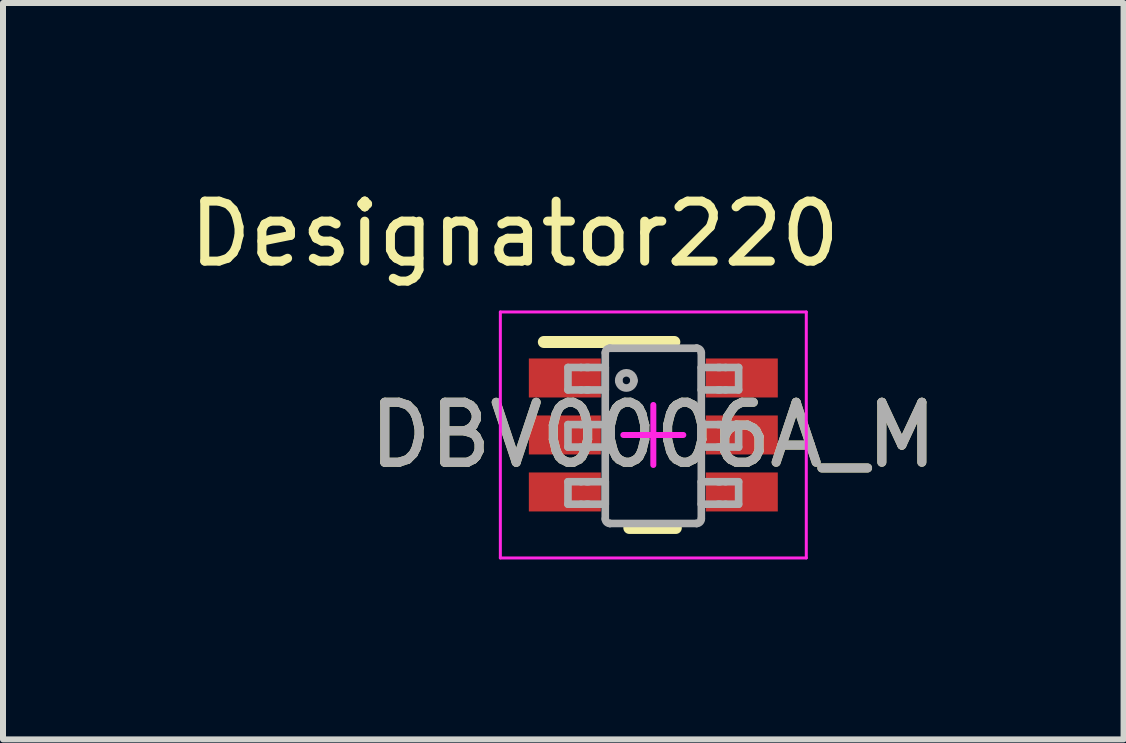
<source format=kicad_pcb>
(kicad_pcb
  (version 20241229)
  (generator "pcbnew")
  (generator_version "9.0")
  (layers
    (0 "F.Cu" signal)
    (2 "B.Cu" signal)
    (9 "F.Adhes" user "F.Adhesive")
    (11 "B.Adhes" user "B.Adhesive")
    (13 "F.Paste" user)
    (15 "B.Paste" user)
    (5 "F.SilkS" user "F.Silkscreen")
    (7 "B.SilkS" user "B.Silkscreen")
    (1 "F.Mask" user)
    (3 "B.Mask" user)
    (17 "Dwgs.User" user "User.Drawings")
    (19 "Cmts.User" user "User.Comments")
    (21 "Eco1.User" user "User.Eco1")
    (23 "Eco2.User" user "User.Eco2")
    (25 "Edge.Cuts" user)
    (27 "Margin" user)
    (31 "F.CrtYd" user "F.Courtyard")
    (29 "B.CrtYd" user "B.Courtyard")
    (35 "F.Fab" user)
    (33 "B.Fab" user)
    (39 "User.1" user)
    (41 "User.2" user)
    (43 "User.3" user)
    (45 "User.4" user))
  (footprint "DBV0006A_M"
    (layer "F.Cu")
    (at 7.841 4.201)
    (property "Reference" "DBV0006A_M" (at 0 0 0) (unlocked yes) (layer "F.SilkS") (effects (font (size 1 1) (thickness 0.15))))
    (attr smd)
    (fp_line (start -1.825 -1.55) (end 0.35 -1.55) (stroke (width 0.2) (type solid)) (layer "F.SilkS"))
    (fp_line (start -0.4 1.55) (end 0.375 1.55) (stroke (width 0.2) (type solid)) (layer "F.SilkS"))
    (fp_line (start -2.55 -2.05) (end 2.55 -2.05) (stroke (width 0.05) (type solid)) (layer "F.CrtYd"))
    (fp_line (start -2.55 2.05) (end -2.55 -2.05) (stroke (width 0.05) (type solid)) (layer "F.CrtYd"))
    (fp_line (start -2.55 2.05) (end 2.55 2.05) (stroke (width 0.05) (type solid)) (layer "F.CrtYd"))
    (fp_line (start -0.5 0) (end 0.5 0) (stroke (width 0.1) (type solid)) (layer "F.CrtYd"))
    (fp_line (start 0 0.5) (end 0 -0.5) (stroke (width 0.1) (type solid)) (layer "F.CrtYd"))
    (fp_line (start 2.55 2.05) (end 2.55 -2.05) (stroke (width 0.05) (type solid)) (layer "F.CrtYd"))
    (fp_line (start -1.423 -1.125) (end -1.206 -1.125) (stroke (width 0.127) (type solid)) (layer "F.Fab"))
    (fp_line (start -1.423 -0.751) (end -1.423 -1.125) (stroke (width 0.127) (type solid)) (layer "F.Fab"))
    (fp_line (start -1.423 -0.751) (end -1.206 -0.751) (stroke (width 0.127) (type solid)) (layer "F.Fab"))
    (fp_line (start -1.423 -0.173) (end -1.206 -0.173) (stroke (width 0.127) (type solid)) (layer "F.Fab"))
    (fp_line (start -1.423 0.202) (end -1.423 -0.173) (stroke (width 0.127) (type solid)) (layer "F.Fab"))
    (fp_line (start -1.423 0.202) (end -1.206 0.202) (stroke (width 0.127) (type solid)) (layer "F.Fab"))
    (fp_line (start -1.423 0.78) (end -1.206 0.78) (stroke (width 0.127) (type solid)) (layer "F.Fab"))
    (fp_line (start -1.423 1.154) (end -1.423 0.78) (stroke (width 0.127) (type solid)) (layer "F.Fab"))
    (fp_line (start -1.423 1.154) (end -1.206 1.154) (stroke (width 0.127) (type solid)) (layer "F.Fab"))
    (fp_line (start -1.206 -1.125) (end -1.113 -1.125) (stroke (width 0.127) (type solid)) (layer "F.Fab"))
    (fp_line (start -1.206 -0.751) (end -1.113 -0.751) (stroke (width 0.127) (type solid)) (layer "F.Fab"))
    (fp_line (start -1.206 -0.173) (end -1.113 -0.173) (stroke (width 0.127) (type solid)) (layer "F.Fab"))
    (fp_line (start -1.206 0.202) (end -1.113 0.202) (stroke (width 0.127) (type solid)) (layer "F.Fab"))
    (fp_line (start -1.206 0.78) (end -1.113 0.78) (stroke (width 0.127) (type solid)) (layer "F.Fab"))
    (fp_line (start -1.206 1.154) (end -1.113 1.154) (stroke (width 0.127) (type solid)) (layer "F.Fab"))
    (fp_line (start -1.113 -1.125) (end -1.081 -1.125) (stroke (width 0.127) (type solid)) (layer "F.Fab"))
    (fp_line (start -1.113 -0.751) (end -1.081 -0.751) (stroke (width 0.127) (type solid)) (layer "F.Fab"))
    (fp_line (start -1.113 -0.173) (end -1.081 -0.173) (stroke (width 0.127) (type solid)) (layer "F.Fab"))
    (fp_line (start -1.113 0.202) (end -1.081 0.202) (stroke (width 0.127) (type solid)) (layer "F.Fab"))
    (fp_line (start -1.113 0.78) (end -1.081 0.78) (stroke (width 0.127) (type solid)) (layer "F.Fab"))
    (fp_line (start -1.113 1.154) (end -1.081 1.154) (stroke (width 0.127) (type solid)) (layer "F.Fab"))
    (fp_line (start -1.081 -1.125) (end -0.828 -1.125) (stroke (width 0.127) (type solid)) (layer "F.Fab"))
    (fp_line (start -1.081 -0.751) (end -0.828 -0.751) (stroke (width 0.127) (type solid)) (layer "F.Fab"))
    (fp_line (start -1.081 -0.173) (end -0.828 -0.173) (stroke (width 0.127) (type solid)) (layer "F.Fab"))
    (fp_line (start -1.081 0.202) (end -0.828 0.202) (stroke (width 0.127) (type solid)) (layer "F.Fab"))
    (fp_line (start -1.081 0.78) (end -0.828 0.78) (stroke (width 0.127) (type solid)) (layer "F.Fab"))
    (fp_line (start -1.081 1.154) (end -0.828 1.154) (stroke (width 0.127) (type solid)) (layer "F.Fab"))
    (fp_line (start -0.828 -1.125) (end -0.801 -1.125) (stroke (width 0.127) (type solid)) (layer "F.Fab"))
    (fp_line (start -0.828 -0.751) (end -0.801 -0.751) (stroke (width 0.127) (type solid)) (layer "F.Fab"))
    (fp_line (start -0.828 -0.173) (end -0.801 -0.173) (stroke (width 0.127) (type solid)) (layer "F.Fab"))
    (fp_line (start -0.828 0.202) (end -0.801 0.202) (stroke (width 0.127) (type solid)) (layer "F.Fab"))
    (fp_line (start -0.828 0.78) (end -0.801 0.78) (stroke (width 0.127) (type solid)) (layer "F.Fab"))
    (fp_line (start -0.828 1.154) (end -0.801 1.154) (stroke (width 0.127) (type solid)) (layer "F.Fab"))
    (fp_line (start -0.801 -0.751) (end -0.801 -1.125) (stroke (width 0.127) (type solid)) (layer "F.Fab"))
    (fp_line (start -0.801 0.202) (end -0.801 -0.173) (stroke (width 0.127) (type solid)) (layer "F.Fab"))
    (fp_line (start -0.801 1.154) (end -0.801 0.78) (stroke (width 0.127) (type solid)) (layer "F.Fab"))
    (fp_line (start -0.801 1.399) (end -0.801 -1.37) (stroke (width 0.127) (type solid)) (layer "F.Fab"))
    (fp_line (start -0.725 -1.446) (end -0.724 -1.446) (stroke (width 0.127) (type solid)) (layer "F.Fab"))
    (fp_line (start -0.725 1.475) (end -0.724 1.475) (stroke (width 0.127) (type solid)) (layer "F.Fab"))
    (fp_line (start -0.724 -1.446) (end 0.723 -1.446) (stroke (width 0.127) (type solid)) (layer "F.Fab"))
    (fp_line (start -0.724 1.475) (end 0.723 1.475) (stroke (width 0.127) (type solid)) (layer "F.Fab"))
    (fp_line (start 0.723 -1.446) (end 0.724 -1.446) (stroke (width 0.127) (type solid)) (layer "F.Fab"))
    (fp_line (start 0.723 1.475) (end 0.724 1.475) (stroke (width 0.127) (type solid)) (layer "F.Fab"))
    (fp_line (start 0.8 -1.125) (end 0.827 -1.125) (stroke (width 0.127) (type solid)) (layer "F.Fab"))
    (fp_line (start 0.8 -0.751) (end 0.8 -1.125) (stroke (width 0.127) (type solid)) (layer "F.Fab"))
    (fp_line (start 0.8 -0.751) (end 0.827 -0.751) (stroke (width 0.127) (type solid)) (layer "F.Fab"))
    (fp_line (start 0.8 -0.173) (end 0.827 -0.173) (stroke (width 0.127) (type solid)) (layer "F.Fab"))
    (fp_line (start 0.8 0.202) (end 0.8 -0.173) (stroke (width 0.127) (type solid)) (layer "F.Fab"))
    (fp_line (start 0.8 0.202) (end 0.827 0.202) (stroke (width 0.127) (type solid)) (layer "F.Fab"))
    (fp_line (start 0.8 0.78) (end 0.827 0.78) (stroke (width 0.127) (type solid)) (layer "F.Fab"))
    (fp_line (start 0.8 1.154) (end 0.8 0.78) (stroke (width 0.127) (type solid)) (layer "F.Fab"))
    (fp_line (start 0.8 1.154) (end 0.827 1.154) (stroke (width 0.127) (type solid)) (layer "F.Fab"))
    (fp_line (start 0.8 1.399) (end 0.8 -1.37) (stroke (width 0.127) (type solid)) (layer "F.Fab"))
    (fp_line (start 0.827 -1.125) (end 1.08 -1.125) (stroke (width 0.127) (type solid)) (layer "F.Fab"))
    (fp_line (start 0.827 -0.751) (end 1.08 -0.751) (stroke (width 0.127) (type solid)) (layer "F.Fab"))
    (fp_line (start 0.827 -0.173) (end 1.08 -0.173) (stroke (width 0.127) (type solid)) (layer "F.Fab"))
    (fp_line (start 0.827 0.202) (end 1.08 0.202) (stroke (width 0.127) (type solid)) (layer "F.Fab"))
    (fp_line (start 0.827 0.78) (end 1.08 0.78) (stroke (width 0.127) (type solid)) (layer "F.Fab"))
    (fp_line (start 0.827 1.154) (end 1.08 1.154) (stroke (width 0.127) (type solid)) (layer "F.Fab"))
    (fp_line (start 1.08 -1.125) (end 1.112 -1.125) (stroke (width 0.127) (type solid)) (layer "F.Fab"))
    (fp_line (start 1.08 -0.751) (end 1.112 -0.751) (stroke (width 0.127) (type solid)) (layer "F.Fab"))
    (fp_line (start 1.08 -0.173) (end 1.112 -0.173) (stroke (width 0.127) (type solid)) (layer "F.Fab"))
    (fp_line (start 1.08 0.202) (end 1.112 0.202) (stroke (width 0.127) (type solid)) (layer "F.Fab"))
    (fp_line (start 1.08 0.78) (end 1.112 0.78) (stroke (width 0.127) (type solid)) (layer "F.Fab"))
    (fp_line (start 1.08 1.154) (end 1.112 1.154) (stroke (width 0.127) (type solid)) (layer "F.Fab"))
    (fp_line (start 1.112 -1.125) (end 1.205 -1.125) (stroke (width 0.127) (type solid)) (layer "F.Fab"))
    (fp_line (start 1.112 -0.751) (end 1.205 -0.751) (stroke (width 0.127) (type solid)) (layer "F.Fab"))
    (fp_line (start 1.112 -0.173) (end 1.205 -0.173) (stroke (width 0.127) (type solid)) (layer "F.Fab"))
    (fp_line (start 1.112 0.202) (end 1.205 0.202) (stroke (width 0.127) (type solid)) (layer "F.Fab"))
    (fp_line (start 1.112 0.78) (end 1.205 0.78) (stroke (width 0.127) (type solid)) (layer "F.Fab"))
    (fp_line (start 1.112 1.154) (end 1.205 1.154) (stroke (width 0.127) (type solid)) (layer "F.Fab"))
    (fp_line (start 1.205 -1.125) (end 1.422 -1.125) (stroke (width 0.127) (type solid)) (layer "F.Fab"))
    (fp_line (start 1.205 -0.751) (end 1.422 -0.751) (stroke (width 0.127) (type solid)) (layer "F.Fab"))
    (fp_line (start 1.205 -0.173) (end 1.422 -0.173) (stroke (width 0.127) (type solid)) (layer "F.Fab"))
    (fp_line (start 1.205 0.202) (end 1.422 0.202) (stroke (width 0.127) (type solid)) (layer "F.Fab"))
    (fp_line (start 1.205 0.78) (end 1.422 0.78) (stroke (width 0.127) (type solid)) (layer "F.Fab"))
    (fp_line (start 1.205 1.154) (end 1.422 1.154) (stroke (width 0.127) (type solid)) (layer "F.Fab"))
    (fp_line (start 1.422 -0.751) (end 1.422 -1.125) (stroke (width 0.127) (type solid)) (layer "F.Fab"))
    (fp_line (start 1.422 0.202) (end 1.422 -0.173) (stroke (width 0.127) (type solid)) (layer "F.Fab"))
    (fp_line (start 1.422 1.154) (end 1.422 0.78) (stroke (width 0.127) (type solid)) (layer "F.Fab"))
    (fp_arc (start -0.800692 -1.369901) (mid -0.778512 -1.423533) (end -0.724999 -1.446) (stroke (width 0.127) (type solid)) (layer "F.Fab"))
    (fp_arc (start -0.724999 1.475002) (mid -0.778507 1.452548) (end -0.800692 1.398928) (stroke (width 0.127) (type solid)) (layer "F.Fab"))
    (fp_arc (start -0.576537 -0.906071) (mid -0.449562 -1.033046) (end -0.322588 -0.906071) (stroke (width 0.127) (type solid)) (layer "F.Fab"))
    (fp_arc (start -0.322588 -0.906071) (mid -0.449562 -0.779097) (end -0.576537 -0.906071) (stroke (width 0.127) (type solid)) (layer "F.Fab"))
    (fp_arc (start 0.723841 -1.446) (mid 0.777341 -1.423528) (end 0.799508 -1.369901) (stroke (width 0.127) (type solid)) (layer "F.Fab"))
    (fp_arc (start 0.799508 1.398928) (mid 0.777336 1.452543) (end 0.723841 1.475002) (stroke (width 0.127) (type solid)) (layer "F.Fab"))
    (fp_text user "Designator220" (at -2.311 -3.353 0) (unlocked yes) (layer "F.SilkS") (effects (font (size 1 1) (thickness 0.15))))
    (fp_text user "${REFERENCE}" (at 0 0 0) (unlocked yes) (layer "F.Fab") (effects (font (size 1 1) (thickness 0.15))))
    (pad "1" smd rect (at -1.475 -0.95 90) (size 0.65 1.2) (layers "F.Cu" "F.Mask" "F.Paste"))
    (pad "2" smd rect (at -1.475 0 90) (size 0.65 1.2) (layers "F.Cu" "F.Mask" "F.Paste"))
    (pad "3" smd rect (at -1.475 0.95 90) (size 0.65 1.2) (layers "F.Cu" "F.Mask" "F.Paste"))
    (pad "4" smd rect (at 1.475 0.95 90) (size 0.65 1.2) (layers "F.Cu" "F.Mask" "F.Paste"))
    (pad "5" smd rect (at 1.475 0 90) (size 0.65 1.2) (layers "F.Cu" "F.Mask" "F.Paste"))
    (pad "6" smd rect (at 1.475 -0.95 90) (size 0.65 1.2) (layers "F.Cu" "F.Mask" "F.Paste")))
  (gr_rect
    (start -3 -3)
    (end 15.68 9.276)
    (stroke (width 0.1) (type default))
    (fill no)
    (layer "Edge.Cuts")))
</source>
